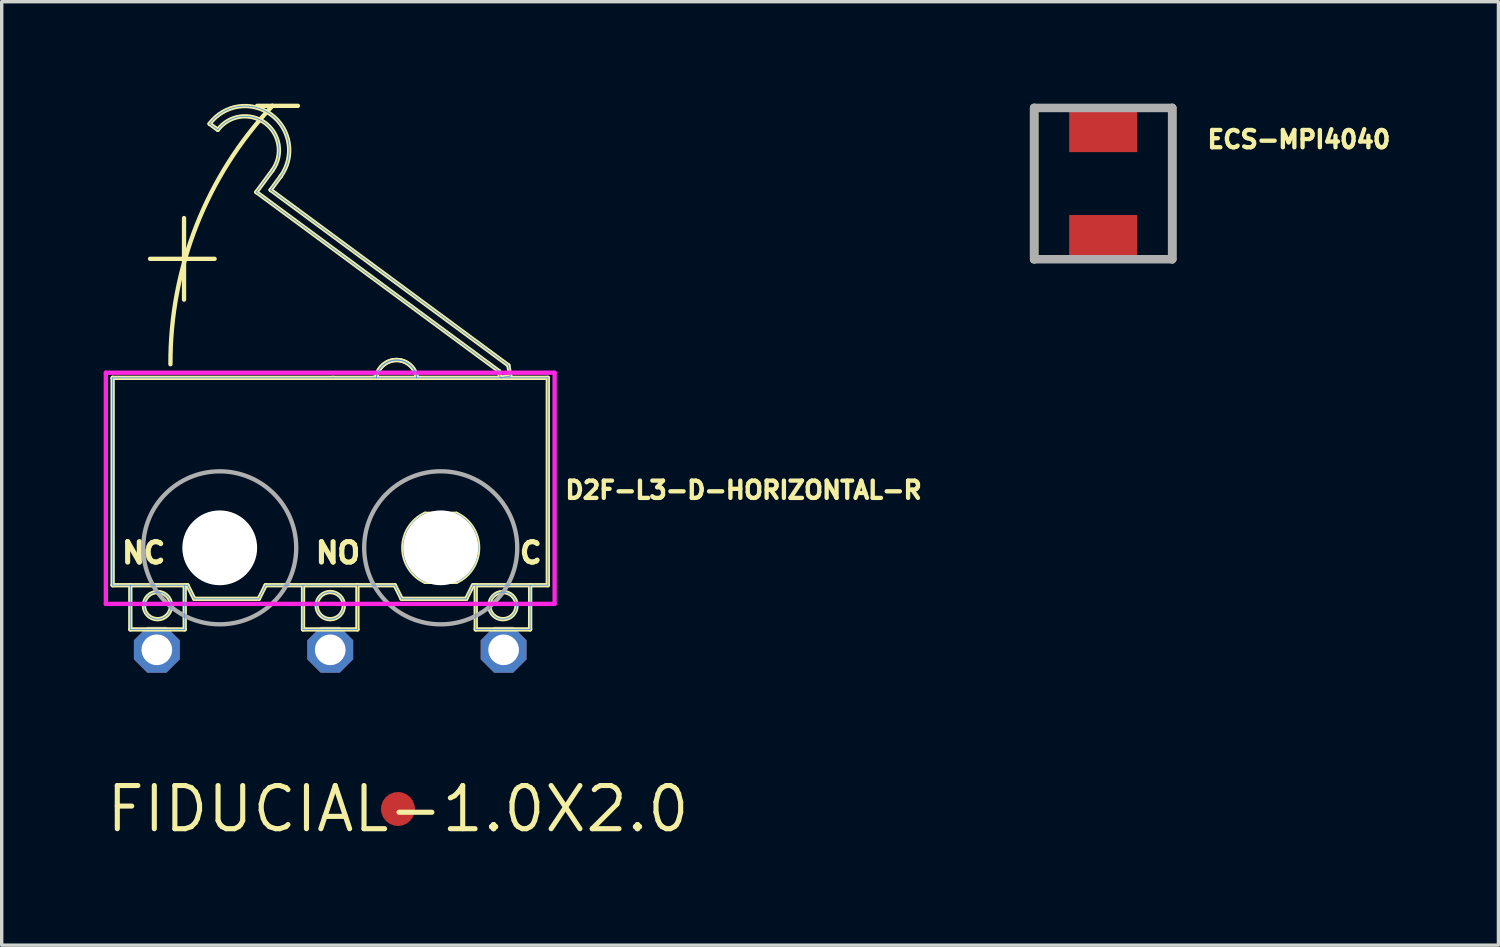
<source format=kicad_pcb>
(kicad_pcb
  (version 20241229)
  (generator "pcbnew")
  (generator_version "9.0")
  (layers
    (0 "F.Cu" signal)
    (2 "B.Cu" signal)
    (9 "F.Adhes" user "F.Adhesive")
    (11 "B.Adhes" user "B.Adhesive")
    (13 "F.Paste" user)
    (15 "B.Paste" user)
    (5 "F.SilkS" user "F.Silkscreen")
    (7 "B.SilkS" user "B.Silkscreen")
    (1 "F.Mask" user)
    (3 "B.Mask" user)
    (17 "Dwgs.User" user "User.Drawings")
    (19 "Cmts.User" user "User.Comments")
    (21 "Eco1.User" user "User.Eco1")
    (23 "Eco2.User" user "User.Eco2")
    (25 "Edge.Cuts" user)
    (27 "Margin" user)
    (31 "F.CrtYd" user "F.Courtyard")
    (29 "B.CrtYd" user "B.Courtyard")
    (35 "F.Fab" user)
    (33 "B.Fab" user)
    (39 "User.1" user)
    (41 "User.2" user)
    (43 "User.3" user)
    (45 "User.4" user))
  (footprint "ECS-MPI4040"
    (layer "F.Cu")
    (at 29.398 2.35)
    (property "Reference" "ECS-MPI4040" (at 3 -1 0) (layer "F.SilkS") (effects (font (size 0.508 0.508) (thickness 0.127)) (justify left bottom)))
    (fp_line (start -2.03 -2.225) (end -2.03 2.225) (stroke (width 0.25) (type solid)) (layer "F.SilkS"))
    (fp_line (start 2.03 -2.225) (end 2.03 2.225) (stroke (width 0.25) (type solid)) (layer "F.SilkS"))
    (fp_line (start -2.03 -2.225) (end -2.03 2.225) (stroke (width 0.25) (type solid)) (layer "F.Fab"))
    (fp_line (start 2.03 -2.225) (end -2.03 -2.225) (stroke (width 0.25) (type solid)) (layer "F.Fab"))
    (fp_line (start 2.03 -2.225) (end 2.03 2.225) (stroke (width 0.25) (type solid)) (layer "F.Fab"))
    (fp_line (start 2.03 2.225) (end -2.03 2.225) (stroke (width 0.25) (type solid)) (layer "F.Fab"))
    (pad "1" smd rect (at 0 -1.575) (size 2 1.3) (layers "F.Cu" "F.Mask" "F.Paste"))
    (pad "2" smd rect (at 0 1.575) (size 2 1.3) (layers "F.Cu" "F.Mask" "F.Paste")))
  (footprint "FIDUCIAL-1.0X2.0"
    (layer "F.Cu")
    (at 8.655 20.745)
    (property "Reference" "FIDUCIAL-1.0X2.0" (at 0 0 0) (layer "F.SilkS") (effects (font (size 1.27 1.27) (thickness 0.15))))
    (fp_circle (center 0 0) (end 0.25 0) (stroke (width 0.5) (type solid)) (fill no) (layer "F.Mask"))
    (fp_circle (center 0 0) (end 0.5 0) (stroke (width 1) (type solid)) (fill no) (layer "F.Mask"))
    (pad "FIDUCIAL" smd roundrect (at 0 0) (size 1 1) (layers "F.Cu") (roundrect_rratio 0.5))
    (zone (net_name "") (layer "F.Cu") (hatch edge 0.508) (connect_pads) (min_thickness 0.254) (filled_areas_thickness no) (keepout (tracks not_allowed) (vias not_allowed) (pads not_allowed) (copperpour not_allowed) (footprints allowed)) (placement (enabled no)) (fill) (polygon (pts (xy 9.655 20.745) (xy 9.64 20.571) (xy 9.595 20.403) (xy 9.521 20.245) (xy 9.421 20.102) (xy 9.298 19.979) (xy 9.155 19.879) (xy 8.997 19.805) (xy 8.829 19.76) (xy 8.655 19.745) (xy 8.482 19.76) (xy 8.313 19.805) (xy 8.155 19.879) (xy 8.013 19.979) (xy 7.889 20.102) (xy 7.789 20.245) (xy 7.716 20.403) (xy 7.671 20.571) (xy 7.655 20.745) (xy 7.671 20.918) (xy 7.716 21.087) (xy 7.789 21.245) (xy 7.889 21.387) (xy 8.013 21.511) (xy 8.155 21.611) (xy 8.313 21.684) (xy 8.482 21.73) (xy 8.655 21.745) (xy 8.829 21.73) (xy 8.997 21.684) (xy 9.155 21.611) (xy 9.298 21.511) (xy 9.421 21.387) (xy 9.521 21.245) (xy 9.595 21.087) (xy 9.64 20.918))) (polygon (pts (xy 8.655 20.745)))))
  (footprint "D2F-L3-D-HORIZONTAL-R"
    (layer "F.Cu")
    (at 6.663 13.063)
    (property "Reference" "D2F-L3-D-HORIZONTAL-R" (at 6.85 -1.4 0) (layer "F.SilkS") (effects (font (size 0.508 0.508) (thickness 0.127)) (justify left bottom)))
    (fp_line (start -6.4 -5) (end 0.085 -5) (stroke (width 0.127) (type solid)) (layer "F.SilkS"))
    (fp_line (start -6.4 1.1) (end -6.4 -5) (stroke (width 0.127) (type solid)) (layer "F.SilkS"))
    (fp_line (start -6.4 1.1) (end -4.2 1.1) (stroke (width 0.127) (type solid)) (layer "F.SilkS"))
    (fp_line (start -5.88 2.4) (end -5.88 1.1) (stroke (width 0.127) (type solid)) (layer "F.SilkS"))
    (fp_line (start -4.3 -8.5) (end -5.3 -8.5) (stroke (width 0.127) (type solid)) (layer "F.SilkS"))
    (fp_line (start -4.3 -8.5) (end -4.3 -9.7) (stroke (width 0.127) (type solid)) (layer "F.SilkS"))
    (fp_line (start -4.3 -7.3) (end -4.3 -8.5) (stroke (width 0.127) (type solid)) (layer "F.SilkS"))
    (fp_line (start -4.28 1.1) (end -4.28 2.4) (stroke (width 0.127) (type solid)) (layer "F.SilkS"))
    (fp_line (start -4.28 2.4) (end -5.88 2.4) (stroke (width 0.127) (type solid)) (layer "F.SilkS"))
    (fp_line (start -4.2 1.1) (end -4 1.5) (stroke (width 0.127) (type solid)) (layer "F.SilkS"))
    (fp_line (start -3.4 -8.5) (end -4.3 -8.5) (stroke (width 0.127) (type solid)) (layer "F.SilkS"))
    (fp_line (start -3.307 -12.294) (end -3.549 -12.472) (stroke (width 0.127) (type solid)) (layer "F.SilkS"))
    (fp_line (start -2.173 -10.463) (end -1.698 -11.106) (stroke (width 0.127) (type solid)) (layer "F.SilkS"))
    (fp_line (start -2.15 -13) (end -1.7 -13) (stroke (width 0.127) (type solid)) (layer "F.SilkS"))
    (fp_line (start -2.1 1.5) (end -4 1.5) (stroke (width 0.127) (type solid)) (layer "F.SilkS"))
    (fp_line (start -2.1 1.5) (end -1.9 1.1) (stroke (width 0.127) (type solid)) (layer "F.SilkS"))
    (fp_line (start -1.9 1.1) (end 1.9 1.1) (stroke (width 0.127) (type solid)) (layer "F.SilkS"))
    (fp_line (start -1.753 -10.526) (end 5.24 -5.367) (stroke (width 0.127) (type solid)) (layer "F.SilkS"))
    (fp_line (start -1.7 -13) (end -0.95 -13) (stroke (width 0.127) (type solid)) (layer "F.SilkS"))
    (fp_line (start -1.456 -10.928) (end -1.753 -10.526) (stroke (width 0.127) (type solid)) (layer "F.SilkS"))
    (fp_line (start -0.8 2.4) (end -0.8 1.1) (stroke (width 0.127) (type solid)) (layer "F.SilkS"))
    (fp_line (start 0.085 -5) (end 1.275 -5) (stroke (width 0.127) (type solid)) (layer "F.SilkS"))
    (fp_line (start 0.8 1.1) (end 0.8 2.4) (stroke (width 0.127) (type solid)) (layer "F.SilkS"))
    (fp_line (start 0.8 2.4) (end -0.8 2.4) (stroke (width 0.127) (type solid)) (layer "F.SilkS"))
    (fp_line (start 1.275 -5) (end 1.355 -5) (stroke (width 0.127) (type solid)) (layer "F.SilkS"))
    (fp_line (start 1.355 -5) (end 2.545 -5) (stroke (width 0.127) (type solid)) (layer "F.SilkS"))
    (fp_line (start 1.9 1.1) (end 2.1 1.5) (stroke (width 0.127) (type solid)) (layer "F.SilkS"))
    (fp_line (start 2.545 -5) (end 6.4 -5) (stroke (width 0.127) (type solid)) (layer "F.SilkS"))
    (fp_line (start 2.792 1) (end 3.708 1) (stroke (width 0.127) (type solid)) (layer "F.SilkS"))
    (fp_line (start 3.708 -1) (end 2.792 -1) (stroke (width 0.127) (type solid)) (layer "F.SilkS"))
    (fp_line (start 4 1.5) (end 2.1 1.5) (stroke (width 0.127) (type solid)) (layer "F.SilkS"))
    (fp_line (start 4 1.5) (end 4.2 1.1) (stroke (width 0.127) (type solid)) (layer "F.SilkS"))
    (fp_line (start 4.2 1.1) (end 6.4 1.1) (stroke (width 0.127) (type solid)) (layer "F.SilkS"))
    (fp_line (start 4.28 2.4) (end 4.28 1.1) (stroke (width 0.127) (type solid)) (layer "F.SilkS"))
    (fp_line (start 4.965 -5.197) (end -2.173 -10.463) (stroke (width 0.127) (type solid)) (layer "F.SilkS"))
    (fp_line (start 5 -5) (end 4.965 -5.197) (stroke (width 0.127) (type solid)) (layer "F.SilkS"))
    (fp_line (start 5.24 -5.367) (end 5.295 -5.052) (stroke (width 0.127) (type solid)) (layer "F.SilkS"))
    (fp_line (start 5.295 -5.052) (end 5 -5) (stroke (width 0.127) (type solid)) (layer "F.SilkS"))
    (fp_line (start 5.88 1.1) (end 5.88 2.4) (stroke (width 0.127) (type solid)) (layer "F.SilkS"))
    (fp_line (start 5.88 2.4) (end 4.28 2.4) (stroke (width 0.127) (type solid)) (layer "F.SilkS"))
    (fp_line (start 6.4 -5) (end 6.4 1.1) (stroke (width 0.127) (type solid)) (layer "F.SilkS"))
    (fp_arc (start -4.7 -5.4) (mid -3.930582 -9.488387) (end -1.7 -12.999999) (stroke (width 0.127) (type solid)) (layer "F.SilkS"))
    (fp_arc (start -3.54864 -12.471731) (mid -1.730758 -12.746149) (end -1.45634 -10.928267) (stroke (width 0.127) (type solid)) (layer "F.SilkS"))
    (fp_arc (start -3.307218 -12.29364) (mid -1.908849 -12.504724) (end -1.697761 -11.106356) (stroke (width 0.127) (type solid)) (layer "F.SilkS"))
    (fp_arc (start 1.35484 -5) (mid 1.949999 -5.523973) (end 2.545158 -5) (stroke (width 0.127) (type solid)) (layer "F.SilkS"))
    (fp_arc (start 1.35484 -5) (mid 1.949999 -5.523973) (end 2.545158 -5) (stroke (width 0.127) (type solid)) (layer "F.SilkS"))
    (fp_arc (start 2.79174 1) (mid 2.149998 0) (end 2.791739 -1) (stroke (width 0.127) (type solid)) (layer "F.SilkS"))
    (fp_arc (start 3.708259 -1) (mid 4.35 0) (end 3.708258 1) (stroke (width 0.127) (type solid)) (layer "F.SilkS"))
    (fp_circle (center -5.08 1.7) (end -4.68 1.7) (stroke (width 0.127) (type solid)) (fill no) (layer "F.SilkS"))
    (fp_circle (center -3.25 0) (end -2.25 0) (stroke (width 0.127) (type solid)) (fill no) (layer "F.SilkS"))
    (fp_circle (center 0 1.7) (end 0.4 1.7) (stroke (width 0.127) (type solid)) (fill no) (layer "F.SilkS"))
    (fp_circle (center 5.08 1.7) (end 5.48 1.7) (stroke (width 0.127) (type solid)) (fill no) (layer "F.SilkS"))
    (fp_line (start -6.4 -5) (end 0.085 -5) (stroke (width 0.025) (type solid)) (layer "Cmts.User"))
    (fp_line (start -6.4 1.1) (end -6.4 -5) (stroke (width 0.025) (type solid)) (layer "Cmts.User"))
    (fp_line (start -6.4 1.1) (end -4.2 1.1) (stroke (width 0.025) (type solid)) (layer "Cmts.User"))
    (fp_line (start -5.88 2.4) (end -5.88 1.1) (stroke (width 0.025) (type solid)) (layer "Cmts.User"))
    (fp_line (start -4.28 1.1) (end -4.28 2.4) (stroke (width 0.025) (type solid)) (layer "Cmts.User"))
    (fp_line (start -4.28 2.4) (end -5.88 2.4) (stroke (width 0.025) (type solid)) (layer "Cmts.User"))
    (fp_line (start -4.2 1.1) (end -4 1.5) (stroke (width 0.025) (type solid)) (layer "Cmts.User"))
    (fp_line (start -3.307 -12.294) (end -3.549 -12.472) (stroke (width 0.025) (type solid)) (layer "Cmts.User"))
    (fp_line (start -2.173 -10.463) (end -1.698 -11.106) (stroke (width 0.025) (type solid)) (layer "Cmts.User"))
    (fp_line (start -2.1 1.5) (end -4 1.5) (stroke (width 0.025) (type solid)) (layer "Cmts.User"))
    (fp_line (start -2.1 1.5) (end -1.9 1.1) (stroke (width 0.025) (type solid)) (layer "Cmts.User"))
    (fp_line (start -1.9 1.1) (end 1.9 1.1) (stroke (width 0.025) (type solid)) (layer "Cmts.User"))
    (fp_line (start -1.753 -10.526) (end 5.24 -5.367) (stroke (width 0.025) (type solid)) (layer "Cmts.User"))
    (fp_line (start -1.456 -10.928) (end -1.753 -10.526) (stroke (width 0.025) (type solid)) (layer "Cmts.User"))
    (fp_line (start -0.8 2.4) (end -0.8 1.1) (stroke (width 0.025) (type solid)) (layer "Cmts.User"))
    (fp_line (start 0.085 -5) (end 1.275 -5) (stroke (width 0.025) (type solid)) (layer "Cmts.User"))
    (fp_line (start 0.8 1.1) (end 0.8 2.4) (stroke (width 0.025) (type solid)) (layer "Cmts.User"))
    (fp_line (start 0.8 2.4) (end -0.8 2.4) (stroke (width 0.025) (type solid)) (layer "Cmts.User"))
    (fp_line (start 1.275 -5) (end 1.355 -5) (stroke (width 0.025) (type solid)) (layer "Cmts.User"))
    (fp_line (start 1.355 -5) (end 2.545 -5) (stroke (width 0.025) (type solid)) (layer "Cmts.User"))
    (fp_line (start 1.9 1.1) (end 2.1 1.5) (stroke (width 0.025) (type solid)) (layer "Cmts.User"))
    (fp_line (start 2.545 -5) (end 6.4 -5) (stroke (width 0.025) (type solid)) (layer "Cmts.User"))
    (fp_line (start 2.792 1) (end 3.708 1) (stroke (width 0.025) (type solid)) (layer "Cmts.User"))
    (fp_line (start 3.708 -1) (end 2.792 -1) (stroke (width 0.025) (type solid)) (layer "Cmts.User"))
    (fp_line (start 4 1.5) (end 2.1 1.5) (stroke (width 0.025) (type solid)) (layer "Cmts.User"))
    (fp_line (start 4 1.5) (end 4.2 1.1) (stroke (width 0.025) (type solid)) (layer "Cmts.User"))
    (fp_line (start 4.2 1.1) (end 6.4 1.1) (stroke (width 0.025) (type solid)) (layer "Cmts.User"))
    (fp_line (start 4.28 2.4) (end 4.28 1.1) (stroke (width 0.025) (type solid)) (layer "Cmts.User"))
    (fp_line (start 4.965 -5.197) (end -2.173 -10.463) (stroke (width 0.025) (type solid)) (layer "Cmts.User"))
    (fp_line (start 5 -5) (end 4.965 -5.197) (stroke (width 0.025) (type solid)) (layer "Cmts.User"))
    (fp_line (start 5.24 -5.367) (end 5.295 -5.052) (stroke (width 0.025) (type solid)) (layer "Cmts.User"))
    (fp_line (start 5.295 -5.052) (end 5 -5) (stroke (width 0.025) (type solid)) (layer "Cmts.User"))
    (fp_line (start 5.88 1.1) (end 5.88 2.4) (stroke (width 0.025) (type solid)) (layer "Cmts.User"))
    (fp_line (start 5.88 2.4) (end 4.28 2.4) (stroke (width 0.025) (type solid)) (layer "Cmts.User"))
    (fp_line (start 6.4 -5) (end 6.4 1.1) (stroke (width 0.025) (type solid)) (layer "Cmts.User"))
    (fp_arc (start -3.54864 -12.471731) (mid -1.730758 -12.746149) (end -1.45634 -10.928267) (stroke (width 0.025) (type solid)) (layer "Cmts.User"))
    (fp_arc (start -3.307218 -12.29364) (mid -1.908849 -12.504724) (end -1.697761 -11.106356) (stroke (width 0.025) (type solid)) (layer "Cmts.User"))
    (fp_arc (start 1.35484 -5) (mid 1.949999 -5.523973) (end 2.545158 -5) (stroke (width 0.025) (type solid)) (layer "Cmts.User"))
    (fp_arc (start 1.35484 -5) (mid 1.949999 -5.523973) (end 2.545158 -5) (stroke (width 0.025) (type solid)) (layer "Cmts.User"))
    (fp_arc (start 2.79174 1) (mid 2.149998 0) (end 2.791739 -1) (stroke (width 0.025) (type solid)) (layer "Cmts.User"))
    (fp_arc (start 3.708259 -1) (mid 4.35 0) (end 3.708258 1) (stroke (width 0.025) (type solid)) (layer "Cmts.User"))
    (fp_circle (center -5.08 1.7) (end -4.68 1.7) (stroke (width 0.025) (type solid)) (fill no) (layer "Cmts.User"))
    (fp_circle (center -3.25 0) (end -2.25 0) (stroke (width 0.025) (type solid)) (fill no) (layer "Cmts.User"))
    (fp_circle (center 0 1.7) (end 0.4 1.7) (stroke (width 0.025) (type solid)) (fill no) (layer "Cmts.User"))
    (fp_circle (center 5.08 1.7) (end 5.48 1.7) (stroke (width 0.025) (type solid)) (fill no) (layer "Cmts.User"))
    (fp_line (start -6.6 -5.15) (end 6.6 -5.15) (stroke (width 0.127) (type solid)) (layer "F.CrtYd"))
    (fp_line (start -6.6 1.65) (end -6.6 -5.15) (stroke (width 0.127) (type solid)) (layer "F.CrtYd"))
    (fp_line (start 6.6 -5.15) (end 6.6 1.65) (stroke (width 0.127) (type solid)) (layer "F.CrtYd"))
    (fp_line (start 6.6 1.65) (end -6.6 1.65) (stroke (width 0.127) (type solid)) (layer "F.CrtYd"))
    (fp_circle (center -3.25 0) (end -1 0) (stroke (width 0.127) (type solid)) (fill no) (layer "F.Fab"))
    (fp_circle (center 3.25 0) (end 5.501 0) (stroke (width 0.127) (type solid)) (fill no) (layer "F.Fab"))
    (fp_text user "NC" (at -6.2 0.5 0) (layer "F.SilkS") (effects (font (size 0.6 0.6) (thickness 0.15)) (justify left bottom)))
    (fp_text user "NO" (at -0.5 0.5 0) (layer "F.SilkS") (effects (font (size 0.6 0.6) (thickness 0.15)) (justify left bottom)))
    (fp_text user "C" (at 5.5 0.5 0) (layer "F.SilkS") (effects (font (size 0.6 0.6) (thickness 0.15)) (justify left bottom)))
    (pad "" np_thru_hole circle (at -3.25 0) (size 2.2 2.2) (drill 2.2) (layers "*.Cu" "*.Mask"))
    (pad "" np_thru_hole circle (at 3.25 0) (size 2.2 2.2) (drill 2.2) (layers "*.Cu" "*.Mask"))
    (pad "C" thru_hole roundrect (at 5.1 3 315) (size 1.35 1.35) (drill 0.9) (layers "*.Cu" "*.Mask") (roundrect_rratio 0.25) (chamfer_ratio 0.293) (chamfer top_left top_right bottom_left bottom_right))
    (pad "NC" thru_hole roundrect (at -5.1 3 225) (size 1.35 1.35) (drill 0.9) (layers "*.Cu" "*.Mask") (roundrect_rratio 0.25) (chamfer_ratio 0.293) (chamfer top_left top_right bottom_left bottom_right))
    (pad "NO" thru_hole roundrect (at 0 3 270) (size 1.35 1.35) (drill 0.9) (layers "*.Cu" "*.Mask") (roundrect_rratio 0.25) (chamfer_ratio 0.293) (chamfer top_left top_right bottom_left bottom_right)))
  (gr_rect
    (start -3 -3)
    (end 41.024 24.751)
    (stroke (width 0.1) (type default))
    (fill no)
    (layer "Edge.Cuts")))
</source>
